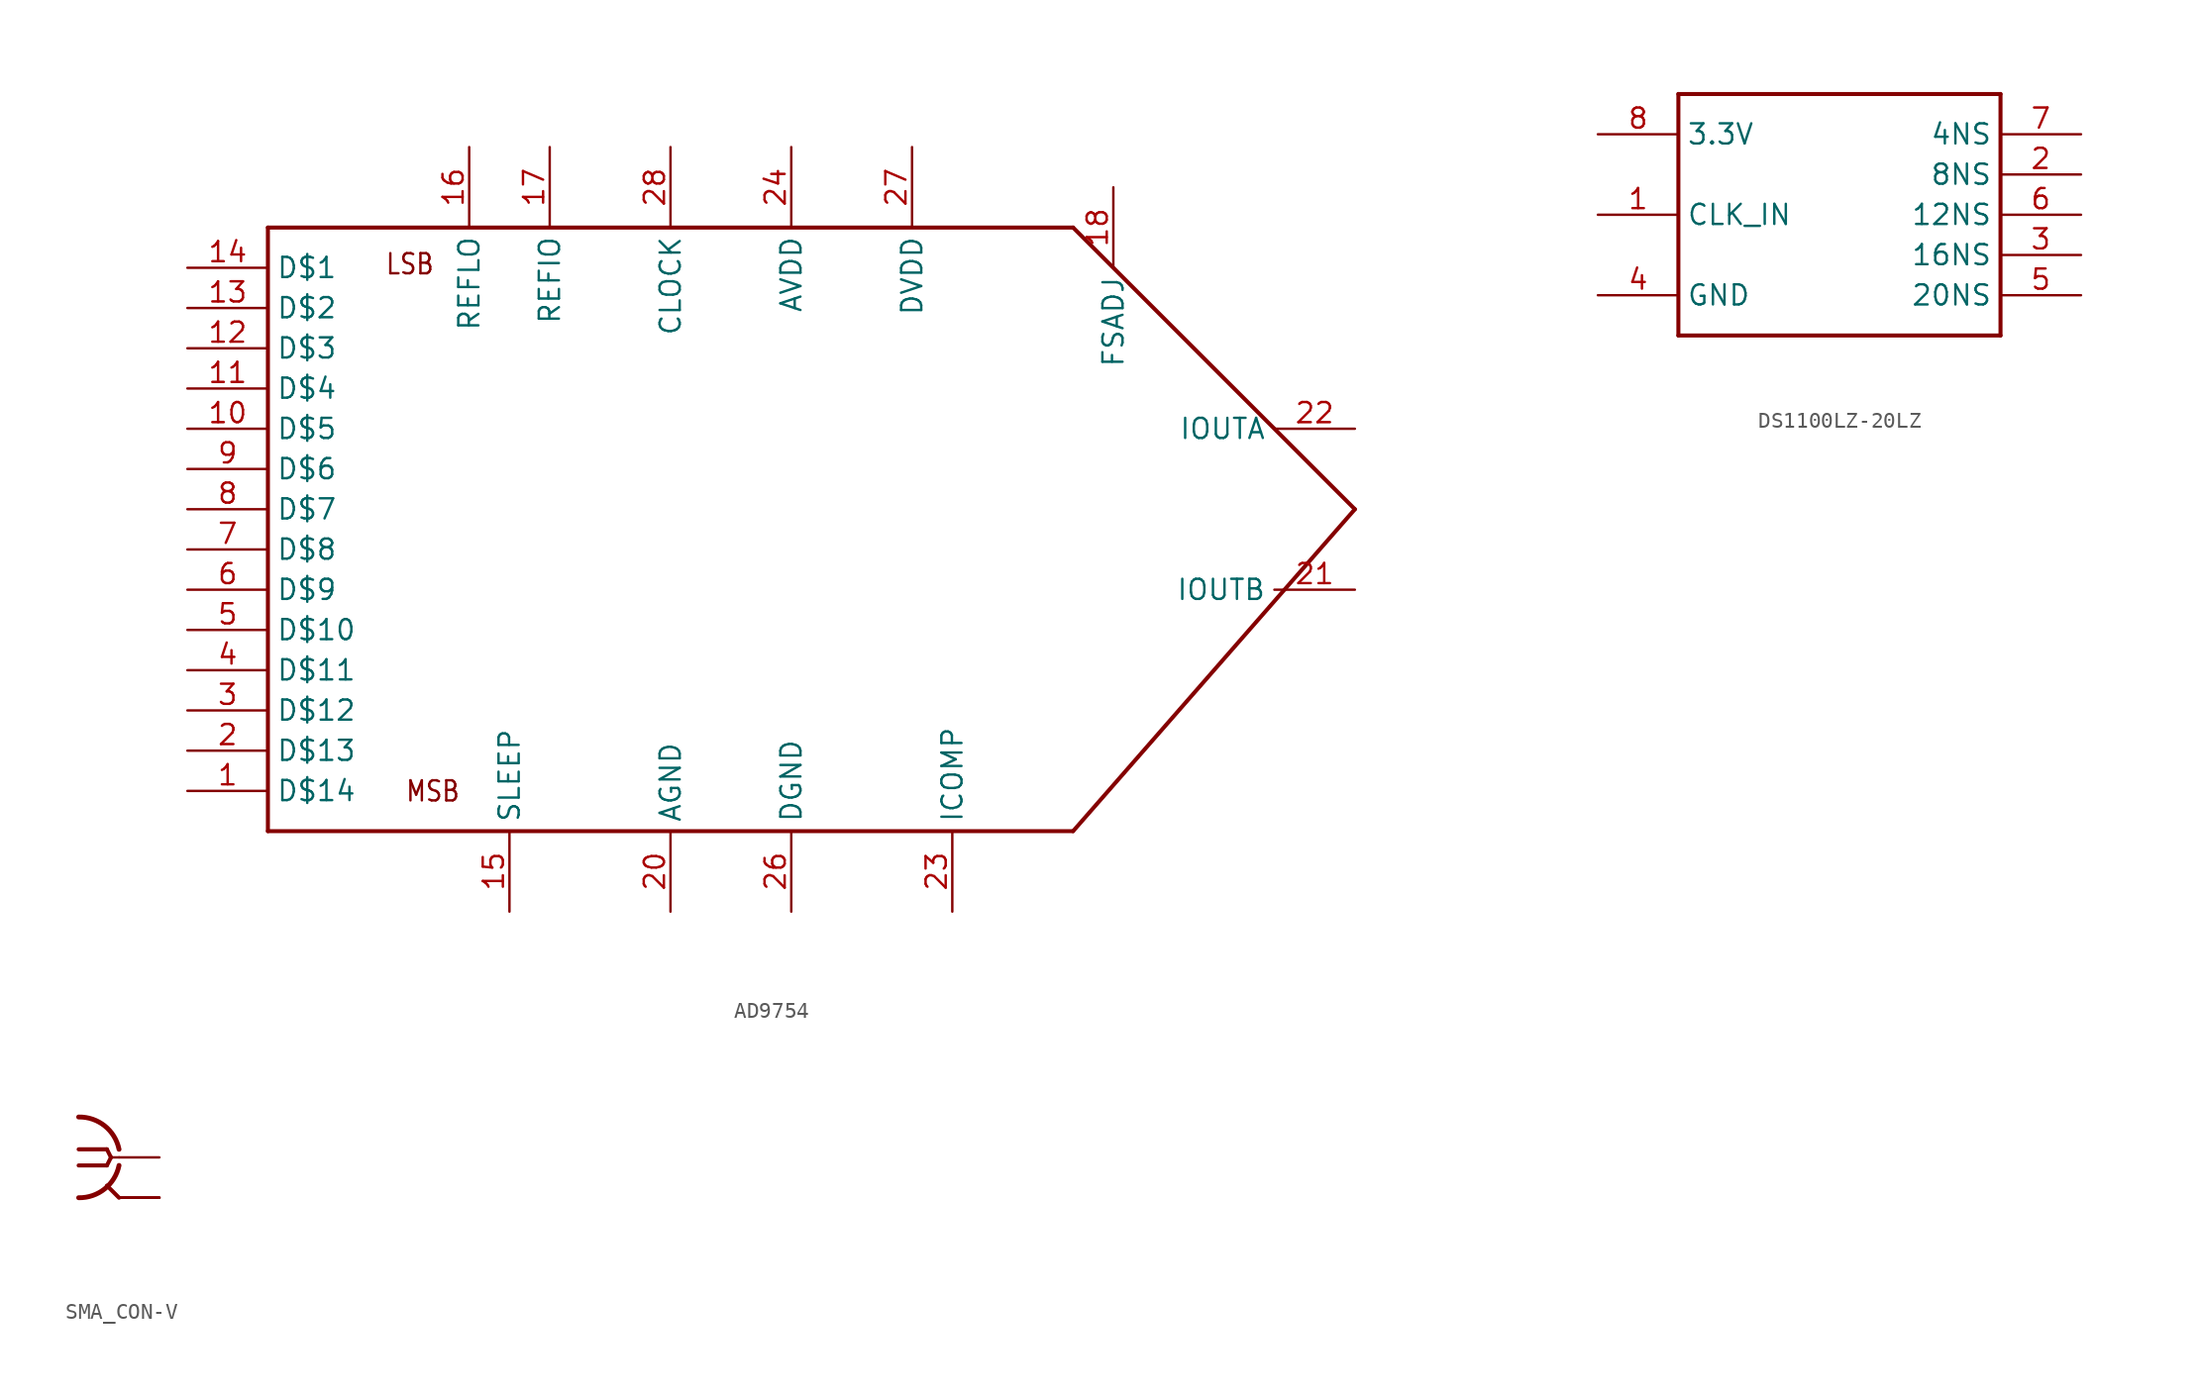
<source format=kicad_sym>
(kicad_symbol_lib
  (version 20231120)
  (generator "kicad_symbol_editor")
  (generator_version "8.0")
  (symbol "AD9754"
    (property "Reference" ""
      (at -10.16 2.54 0)
      (effects (font (size 1.27 1.079)) (justify left bottom) (hide yes)))
    (property "Value" ""
      (at -10.16 -5.08 0)
      (effects (font (size 1.27 1.079)) (justify left bottom)))
    (property "ki_locked" ""
      (at 0 0 0)
      (effects (font (size 1.27 1.27))))
    (symbol "AD9754_1_0"
      (polyline (pts (xy -27.94 -20.32) (xy 22.86 -20.32)) (stroke (width 0.254) (type solid)) (fill (type none)))
      (polyline (pts (xy -27.94 17.78) (xy -27.94 -20.32)) (stroke (width 0.254) (type solid)) (fill (type none)))
      (polyline (pts (xy 22.86 -20.32) (xy 40.64 0)) (stroke (width 0.254) (type solid)) (fill (type none)))
      (polyline (pts (xy 22.86 17.78) (xy -27.94 17.78)) (stroke (width 0.254) (type solid)) (fill (type none)))
      (polyline (pts (xy 40.64 0) (xy 22.86 17.78)) (stroke (width 0.254) (type solid)) (fill (type none)))
      (text "LSB" (at -20.574 14.732 0) (effects (font (size 1.27 1.079)) (justify left bottom)))
      (text "MSB" (at -19.304 -18.542 0) (effects (font (size 1.27 1.079)) (justify left bottom)))
      (pin bidirectional line (at -33.02 -17.78 0) (length 5.08) (name "D$14" (effects (font (size 1.27 1.27)))) (number "1" (effects (font (size 1.27 1.27)))))
      (pin bidirectional line (at -33.02 5.08 0) (length 5.08) (name "D$5" (effects (font (size 1.27 1.27)))) (number "10" (effects (font (size 1.27 1.27)))))
      (pin bidirectional line (at -33.02 7.62 0) (length 5.08) (name "D$4" (effects (font (size 1.27 1.27)))) (number "11" (effects (font (size 1.27 1.27)))))
      (pin bidirectional line (at -33.02 10.16 0) (length 5.08) (name "D$3" (effects (font (size 1.27 1.27)))) (number "12" (effects (font (size 1.27 1.27)))))
      (pin bidirectional line (at -33.02 12.7 0) (length 5.08) (name "D$2" (effects (font (size 1.27 1.27)))) (number "13" (effects (font (size 1.27 1.27)))))
      (pin bidirectional line (at -33.02 15.24 0) (length 5.08) (name "D$1" (effects (font (size 1.27 1.27)))) (number "14" (effects (font (size 1.27 1.27)))))
      (pin bidirectional line (at -12.7 -25.4 90) (length 5.08) (name "SLEEP" (effects (font (size 1.27 1.27)))) (number "15" (effects (font (size 1.27 1.27)))))
      (pin bidirectional line (at -15.24 22.86 270) (length 5.08) (name "REFLO" (effects (font (size 1.27 1.27)))) (number "16" (effects (font (size 1.27 1.27)))))
      (pin bidirectional line (at -10.16 22.86 270) (length 5.08) (name "REFIO" (effects (font (size 1.27 1.27)))) (number "17" (effects (font (size 1.27 1.27)))))
      (pin bidirectional line (at 25.4 20.32 270) (length 5.08) (name "FSADJ" (effects (font (size 1.27 1.27)))) (number "18" (effects (font (size 1.27 1.27)))))
      (pin bidirectional line (at -33.02 -15.24 0) (length 5.08) (name "D$13" (effects (font (size 1.27 1.27)))) (number "2" (effects (font (size 1.27 1.27)))))
      (pin bidirectional line (at -2.54 -25.4 90) (length 5.08) (name "AGND" (effects (font (size 1.27 1.27)))) (number "20" (effects (font (size 1.27 1.27)))))
      (pin bidirectional line (at 40.64 -5.08 180) (length 5.08) (name "IOUTB" (effects (font (size 1.27 1.27)))) (number "21" (effects (font (size 1.27 1.27)))))
      (pin bidirectional line (at 40.64 5.08 180) (length 5.08) (name "IOUTA" (effects (font (size 1.27 1.27)))) (number "22" (effects (font (size 1.27 1.27)))))
      (pin bidirectional line (at 15.24 -25.4 90) (length 5.08) (name "ICOMP" (effects (font (size 1.27 1.27)))) (number "23" (effects (font (size 1.27 1.27)))))
      (pin bidirectional line (at 5.08 22.86 270) (length 5.08) (name "AVDD" (effects (font (size 1.27 1.27)))) (number "24" (effects (font (size 1.27 1.27)))))
      (pin bidirectional line (at 5.08 -25.4 90) (length 5.08) (name "DGND" (effects (font (size 1.27 1.27)))) (number "26" (effects (font (size 1.27 1.27)))))
      (pin bidirectional line (at 12.7 22.86 270) (length 5.08) (name "DVDD" (effects (font (size 1.27 1.27)))) (number "27" (effects (font (size 1.27 1.27)))))
      (pin bidirectional line (at -2.54 22.86 270) (length 5.08) (name "CLOCK" (effects (font (size 1.27 1.27)))) (number "28" (effects (font (size 1.27 1.27)))))
      (pin bidirectional line (at -33.02 -12.7 0) (length 5.08) (name "D$12" (effects (font (size 1.27 1.27)))) (number "3" (effects (font (size 1.27 1.27)))))
      (pin bidirectional line (at -33.02 -10.16 0) (length 5.08) (name "D$11" (effects (font (size 1.27 1.27)))) (number "4" (effects (font (size 1.27 1.27)))))
      (pin bidirectional line (at -33.02 -7.62 0) (length 5.08) (name "D$10" (effects (font (size 1.27 1.27)))) (number "5" (effects (font (size 1.27 1.27)))))
      (pin bidirectional line (at -33.02 -5.08 0) (length 5.08) (name "D$9" (effects (font (size 1.27 1.27)))) (number "6" (effects (font (size 1.27 1.27)))))
      (pin bidirectional line (at -33.02 -2.54 0) (length 5.08) (name "D$8" (effects (font (size 1.27 1.27)))) (number "7" (effects (font (size 1.27 1.27)))))
      (pin bidirectional line (at -33.02 0 0) (length 5.08) (name "D$7" (effects (font (size 1.27 1.27)))) (number "8" (effects (font (size 1.27 1.27)))))
      (pin bidirectional line (at -33.02 2.54 0) (length 5.08) (name "D$6" (effects (font (size 1.27 1.27)))) (number "9" (effects (font (size 1.27 1.27)))))))
  (symbol "DS1100LZ-20LZ"
    (property "Reference" ""
      (at -10.16 12.7 0)
      (effects (font (size 1.778 1.511)) (justify left bottom) (hide yes)))
    (property "Value" ""
      (at -10.16 -7.62 0)
      (effects (font (size 1.778 1.511)) (justify left bottom)))
    (property "ki_locked" ""
      (at 0 0 0)
      (effects (font (size 1.27 1.27))))
    (symbol "DS1100LZ-20LZ_1_0"
      (polyline (pts (xy -10.16 -5.08) (xy 10.16 -5.08)) (stroke (width 0.254) (type solid)) (fill (type none)))
      (polyline (pts (xy -10.16 10.16) (xy -10.16 -5.08)) (stroke (width 0.254) (type solid)) (fill (type none)))
      (polyline (pts (xy 10.16 -5.08) (xy 10.16 10.16)) (stroke (width 0.254) (type solid)) (fill (type none)))
      (polyline (pts (xy 10.16 10.16) (xy -10.16 10.16)) (stroke (width 0.254) (type solid)) (fill (type none)))
      (pin bidirectional line (at -15.24 2.54 0) (length 5.08) (name "CLK_IN" (effects (font (size 1.27 1.27)))) (number "1" (effects (font (size 1.27 1.27)))))
      (pin bidirectional line (at 15.24 5.08 180) (length 5.08) (name "8NS" (effects (font (size 1.27 1.27)))) (number "2" (effects (font (size 1.27 1.27)))))
      (pin bidirectional line (at 15.24 0 180) (length 5.08) (name "16NS" (effects (font (size 1.27 1.27)))) (number "3" (effects (font (size 1.27 1.27)))))
      (pin bidirectional line (at -15.24 -2.54 0) (length 5.08) (name "GND" (effects (font (size 1.27 1.27)))) (number "4" (effects (font (size 1.27 1.27)))))
      (pin bidirectional line (at 15.24 -2.54 180) (length 5.08) (name "20NS" (effects (font (size 1.27 1.27)))) (number "5" (effects (font (size 1.27 1.27)))))
      (pin bidirectional line (at 15.24 2.54 180) (length 5.08) (name "12NS" (effects (font (size 1.27 1.27)))) (number "6" (effects (font (size 1.27 1.27)))))
      (pin bidirectional line (at 15.24 7.62 180) (length 5.08) (name "4NS" (effects (font (size 1.27 1.27)))) (number "7" (effects (font (size 1.27 1.27)))))
      (pin bidirectional line (at -15.24 7.62 0) (length 5.08) (name "3.3V" (effects (font (size 1.27 1.27)))) (number "8" (effects (font (size 1.27 1.27)))))))
  (symbol "SMA_CON-V"
    (property "Reference" ""
      (at -2.54 3.302 0)
      (effects (font (size 1.778 1.511)) (justify left bottom) (hide yes)))
    (property "Value" ""
      (at -2.54 -7.62 0)
      (effects (font (size 1.778 1.511)) (justify left bottom)))
    (property "ki_locked" ""
      (at 0 0 0)
      (effects (font (size 1.27 1.27))))
    (symbol "SMA_CON-V_1_0"
      (arc (start -2.54 -2.54) (mid -0.9022 -1.9838) (end 0 -0.508) (stroke (width 0.3048) (type solid)) (fill (type none)))
      (polyline (pts (xy -2.54 0.508) (xy -0.762 0.508)) (stroke (width 0.254) (type solid)) (fill (type none)))
      (polyline (pts (xy -0.762 -0.508) (xy -2.54 -0.508)) (stroke (width 0.254) (type solid)) (fill (type none)))
      (polyline (pts (xy -0.762 0.508) (xy -0.508 0)) (stroke (width 0.254) (type solid)) (fill (type none)))
      (polyline (pts (xy -0.508 0) (xy -0.762 -0.508)) (stroke (width 0.254) (type solid)) (fill (type none)))
      (polyline (pts (xy 0 -2.54) (xy -0.762 -1.778)) (stroke (width 0.254) (type solid)) (fill (type none)))
      (polyline (pts (xy 0 0) (xy -0.508 0)) (stroke (width 0.152) (type solid)) (fill (type none)))
      (arc (start 0 0.508) (mid -0.9022 1.9838) (end -2.54 2.54) (stroke (width 0.3048) (type solid)) (fill (type none)))
      (pin passive line (at 2.54 0 180) (length 2.54) (name "1" (effects (font (size 0 0)))) (number "1" (effects (font (size 0 0)))))
      (pin passive line (at 2.54 -2.54 180) (length 2.54) (name "GND@1" (effects (font (size 0 0)))) (number "2" (effects (font (size 0 0)))))
      (pin passive line (at 2.54 -2.54 180) (length 2.54) (name "GND@1" (effects (font (size 0 0)))) (number "3" (effects (font (size 0 0)))))
      (pin passive line (at 2.54 -2.54 180) (length 2.54) (name "GND@1" (effects (font (size 0 0)))) (number "4" (effects (font (size 0 0)))))
      (pin passive line (at 2.54 -2.54 180) (length 2.54) (name "GND@1" (effects (font (size 0 0)))) (number "5" (effects (font (size 0 0))))))))
</source>
